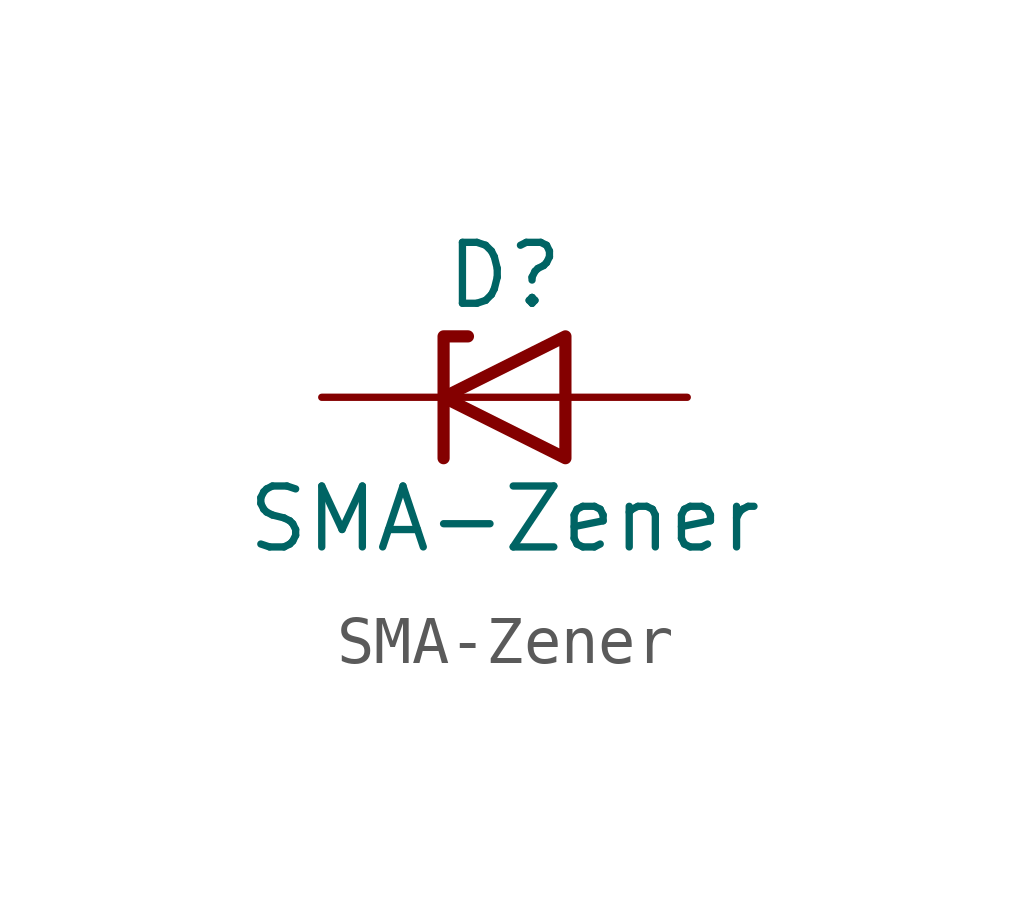
<source format=kicad_sym>
(kicad_symbol_lib
  (version 20211014)
  (generator kicad_symbol_editor)
  (symbol "SMA-Zener"
    (pin_numbers hide)
    (pin_names
      (offset 1.016) hide)
    (property "Reference" "D"
      (at 0 2.54 0)
      (effects (font (size 1.27 1.27))))
    (property "Value" "SMA-Zener"
      (at 0 -2.54 0)
      (effects (font (size 1.27 1.27))))
    (symbol "SMA-Zener_0_1"
      (polyline (pts (xy 1.27 0) (xy -1.27 0)) (stroke (width 0) (type default) (color 0 0 0 0)) (fill (type none)))
      (polyline (pts (xy -1.27 -1.27) (xy -1.27 1.27) (xy -0.762 1.27)) (stroke (width 0.254) (type default) (color 0 0 0 0)) (fill (type none)))
      (polyline (pts (xy 1.27 -1.27) (xy 1.27 1.27) (xy -1.27 0) (xy 1.27 -1.27)) (stroke (width 0.254) (type default) (color 0 0 0 0)) (fill (type none))))
    (symbol "SMA-Zener_1_1"
      (pin passive line (at -3.81 0 0) (length 2.54) (name "K" (effects (font (size 1.27 1.27)))) (number "1" (effects (font (size 1.27 1.27)))))
      (pin passive line (at 3.81 0 180) (length 2.54) (name "A" (effects (font (size 1.27 1.27)))) (number "2" (effects (font (size 1.27 1.27))))))))
</source>
